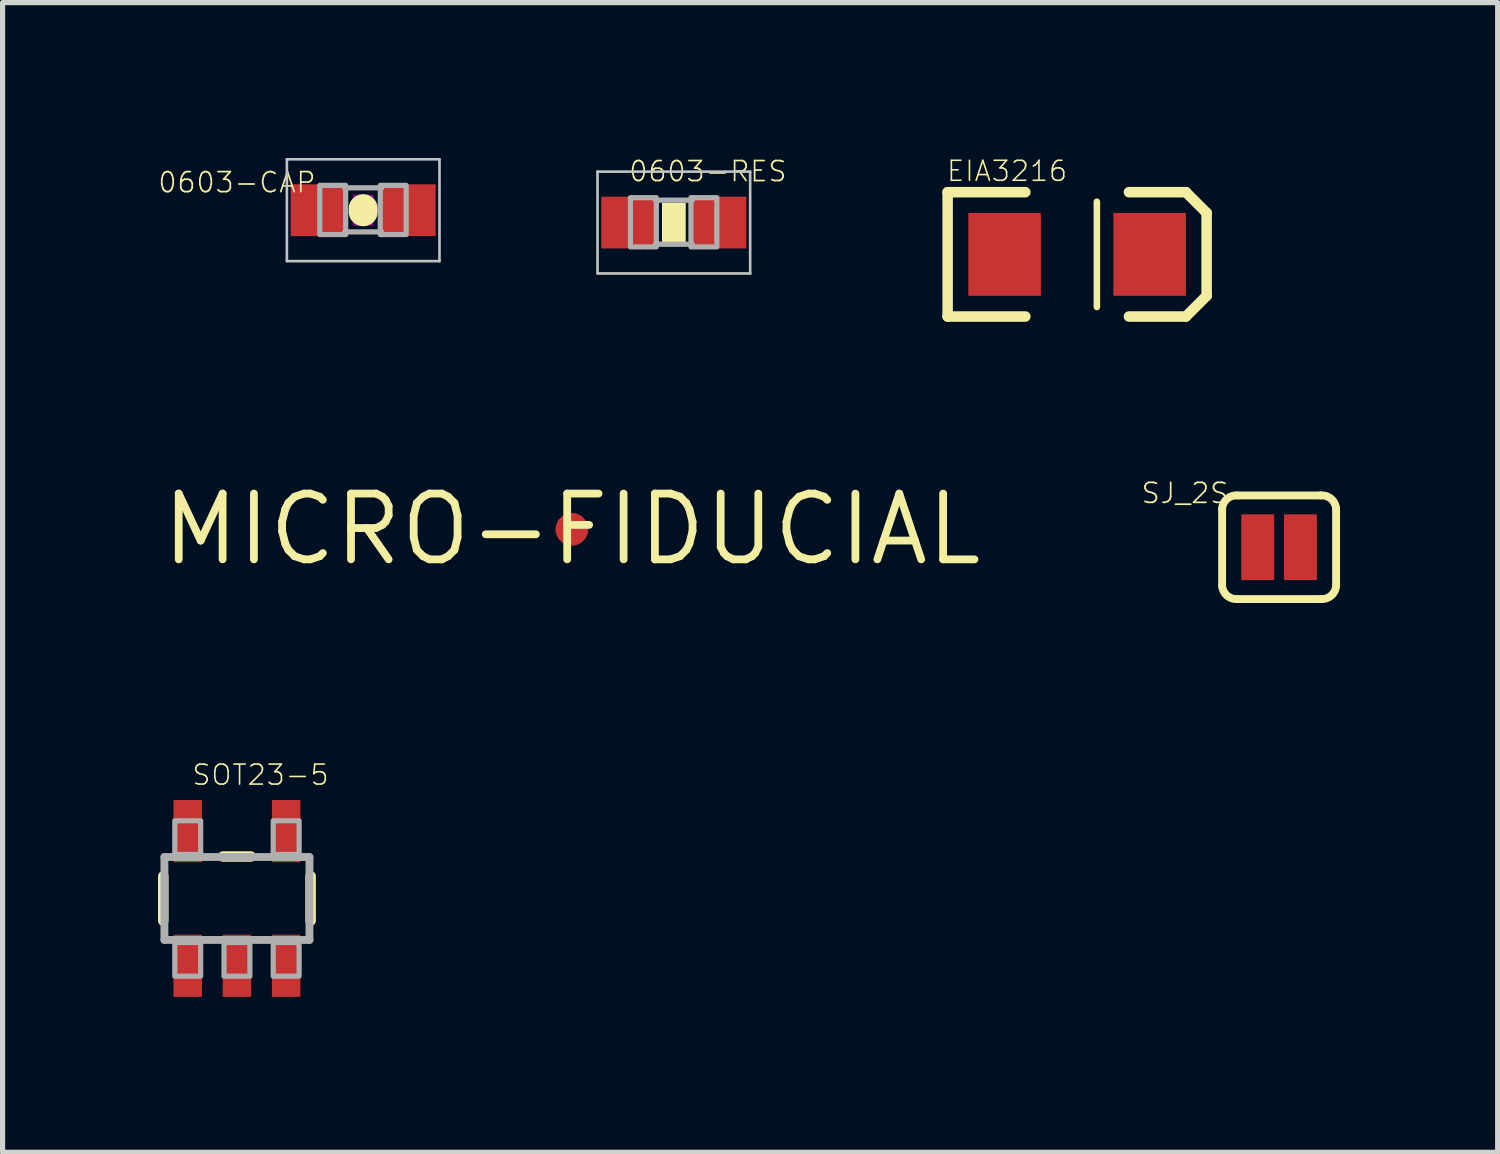
<source format=kicad_pcb>
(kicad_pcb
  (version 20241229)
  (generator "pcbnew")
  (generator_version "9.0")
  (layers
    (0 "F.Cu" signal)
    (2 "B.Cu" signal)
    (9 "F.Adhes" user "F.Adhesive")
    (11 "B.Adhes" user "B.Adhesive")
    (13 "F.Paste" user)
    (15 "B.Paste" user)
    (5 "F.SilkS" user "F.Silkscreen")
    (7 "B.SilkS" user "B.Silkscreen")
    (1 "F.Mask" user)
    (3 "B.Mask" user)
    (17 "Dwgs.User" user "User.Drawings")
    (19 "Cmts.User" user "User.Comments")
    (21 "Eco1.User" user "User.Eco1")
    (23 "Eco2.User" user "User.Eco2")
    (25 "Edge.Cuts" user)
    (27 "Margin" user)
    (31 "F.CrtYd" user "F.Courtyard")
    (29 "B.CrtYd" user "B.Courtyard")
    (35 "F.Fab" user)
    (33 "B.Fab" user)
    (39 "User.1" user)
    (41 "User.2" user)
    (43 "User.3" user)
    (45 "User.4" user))
  (footprint "0603-CAP"
    (layer "F.Cu")
    (at 3.961 1.008)
    (property "Reference" "0603-CAP" (at -0.889 -0.762 0) (layer "F.SilkS") (effects (font (size 0.386 0.386) (thickness 0.033)) (justify right top)))
    (attr through_hole)
    (fp_line (start 0 -0.03) (end 0 0.03) (stroke (width 0.559) (type solid)) (layer "F.SilkS"))
    (fp_poly (pts (xy -0.2 0.3) (xy 0.2 0.3) (xy 0.2 -0.3) (xy -0.2 -0.3)) (stroke (width 0) (type solid)) (fill yes) (layer "F.Adhes"))
    (fp_line (start -1.473 -0.983) (end 1.473 -0.983) (stroke (width 0.051) (type solid)) (layer "Dwgs.User"))
    (fp_line (start -1.473 0.983) (end -1.473 -0.983) (stroke (width 0.051) (type solid)) (layer "Dwgs.User"))
    (fp_line (start 1.473 -0.983) (end 1.473 0.983) (stroke (width 0.051) (type solid)) (layer "Dwgs.User"))
    (fp_line (start 1.473 0.983) (end -1.473 0.983) (stroke (width 0.051) (type solid)) (layer "Dwgs.User"))
    (fp_line (start -0.356 -0.432) (end 0.356 -0.432) (stroke (width 0.102) (type solid)) (layer "F.Fab"))
    (fp_line (start -0.356 0.419) (end 0.356 0.419) (stroke (width 0.102) (type solid)) (layer "F.Fab"))
    (fp_poly (pts (xy -0.838 0.47) (xy -0.338 0.47) (xy -0.338 -0.48) (xy -0.838 -0.48)) (stroke (width 0.1) (type solid)) (fill no) (layer "F.Fab"))
    (fp_poly (pts (xy 0.33 0.47) (xy 0.83 0.47) (xy 0.83 -0.48) (xy 0.33 -0.48)) (stroke (width 0.1) (type solid)) (fill no) (layer "F.Fab"))
    (pad "1" smd rect (at -0.85 0) (size 1.1 1) (layers "F.Cu" "F.Mask" "F.Paste"))
    (pad "2" smd rect (at 0.85 0) (size 1.1 1) (layers "F.Cu" "F.Mask" "F.Paste")))
  (footprint "SOT23-5"
    (layer "F.Cu")
    (at 1.524 14.294)
    (property "Reference" "SOT23-5" (at -0.889 -2.159 0) (layer "F.SilkS") (effects (font (size 0.386 0.386) (thickness 0.031)) (justify left bottom)))
    (attr through_hole)
    (fp_line (start -1.422 0.429) (end -1.422 -0.429) (stroke (width 0.203) (type solid)) (layer "F.SilkS"))
    (fp_line (start -0.268 -0.81) (end 0.268 -0.81) (stroke (width 0.203) (type solid)) (layer "F.SilkS"))
    (fp_line (start 1.422 -0.429) (end 1.422 0.429) (stroke (width 0.203) (type solid)) (layer "F.SilkS"))
    (fp_line (start -1.4 -0.8) (end -1.4 0.8) (stroke (width 0.152) (type solid)) (layer "F.Fab"))
    (fp_line (start -1.4 -0.8) (end 1.4 -0.8) (stroke (width 0.152) (type solid)) (layer "F.Fab"))
    (fp_line (start 1.4 -0.8) (end 1.4 0.8) (stroke (width 0.152) (type solid)) (layer "F.Fab"))
    (fp_line (start 1.4 0.8) (end -1.4 0.8) (stroke (width 0.152) (type solid)) (layer "F.Fab"))
    (fp_poly (pts (xy -1.2 -0.85) (xy -0.7 -0.85) (xy -0.7 -1.5) (xy -1.2 -1.5)) (stroke (width 0.1) (type solid)) (fill no) (layer "F.Fab"))
    (fp_poly (pts (xy -1.2 1.5) (xy -0.7 1.5) (xy -0.7 0.85) (xy -1.2 0.85)) (stroke (width 0.1) (type solid)) (fill no) (layer "F.Fab"))
    (fp_poly (pts (xy -0.25 1.5) (xy 0.25 1.5) (xy 0.25 0.85) (xy -0.25 0.85)) (stroke (width 0.1) (type solid)) (fill no) (layer "F.Fab"))
    (fp_poly (pts (xy 0.7 -0.85) (xy 1.2 -0.85) (xy 1.2 -1.5) (xy 0.7 -1.5)) (stroke (width 0.1) (type solid)) (fill no) (layer "F.Fab"))
    (fp_poly (pts (xy 0.7 1.5) (xy 1.2 1.5) (xy 1.2 0.85) (xy 0.7 0.85)) (stroke (width 0.1) (type solid)) (fill no) (layer "F.Fab"))
    (pad "1" smd rect (at -0.95 1.3) (size 0.55 1.2) (layers "F.Cu" "F.Mask" "F.Paste"))
    (pad "2" smd rect (at 0 1.3) (size 0.55 1.2) (layers "F.Cu" "F.Mask" "F.Paste"))
    (pad "3" smd rect (at 0.95 1.3) (size 0.55 1.2) (layers "F.Cu" "F.Mask" "F.Paste"))
    (pad "4" smd rect (at 0.95 -1.3) (size 0.55 1.2) (layers "F.Cu" "F.Mask" "F.Paste"))
    (pad "5" smd rect (at -0.95 -1.3) (size 0.55 1.2) (layers "F.Cu" "F.Mask" "F.Paste")))
  (footprint "0603-RES"
    (layer "F.Cu")
    (at 9.958 1.246)
    (property "Reference" "0603-RES" (at -0.889 -0.762 0) (layer "F.SilkS") (effects (font (size 0.386 0.386) (thickness 0.033)) (justify left bottom)))
    (attr through_hole)
    (fp_poly (pts (xy -0.229 0.381) (xy 0.229 0.381) (xy 0.229 -0.381) (xy -0.229 -0.381)) (stroke (width 0) (type solid)) (fill yes) (layer "F.SilkS"))
    (fp_poly (pts (xy -0.2 0.3) (xy 0.2 0.3) (xy 0.2 -0.3) (xy -0.2 -0.3)) (stroke (width 0) (type solid)) (fill yes) (layer "F.Adhes"))
    (fp_line (start -1.473 -0.983) (end 1.473 -0.983) (stroke (width 0.051) (type solid)) (layer "Dwgs.User"))
    (fp_line (start -1.473 0.983) (end -1.473 -0.983) (stroke (width 0.051) (type solid)) (layer "Dwgs.User"))
    (fp_line (start 1.473 -0.983) (end 1.473 0.983) (stroke (width 0.051) (type solid)) (layer "Dwgs.User"))
    (fp_line (start 1.473 0.983) (end -1.473 0.983) (stroke (width 0.051) (type solid)) (layer "Dwgs.User"))
    (fp_line (start -0.356 -0.432) (end 0.356 -0.432) (stroke (width 0.102) (type solid)) (layer "F.Fab"))
    (fp_line (start -0.356 0.419) (end 0.356 0.419) (stroke (width 0.102) (type solid)) (layer "F.Fab"))
    (fp_poly (pts (xy -0.838 0.47) (xy -0.338 0.47) (xy -0.338 -0.48) (xy -0.838 -0.48)) (stroke (width 0.1) (type solid)) (fill no) (layer "F.Fab"))
    (fp_poly (pts (xy 0.33 0.47) (xy 0.83 0.47) (xy 0.83 -0.48) (xy 0.33 -0.48)) (stroke (width 0.1) (type solid)) (fill no) (layer "F.Fab"))
    (pad "1" smd rect (at -0.85 0) (size 1.1 1) (layers "F.Cu" "F.Mask" "F.Paste"))
    (pad "2" smd rect (at 0.85 0) (size 1.1 1) (layers "F.Cu" "F.Mask" "F.Paste")))
  (footprint "MICRO-FIDUCIAL"
    (layer "F.Cu")
    (at 7.99 7.168)
    (property "Reference" "MICRO-FIDUCIAL" (at 0 0 0) (layer "F.SilkS") (effects (font (size 1.27 1.27) (thickness 0.15))))
    (attr through_hole)
    (pad "1" smd roundrect (at 0 0) (size 0.635 0.635) (layers "F.Cu" "F.Mask") (roundrect_rratio 0.5)))
  (footprint "EIA3216"
    (layer "F.Cu")
    (at 17.743 1.86)
    (property "Reference" "EIA3216" (at -2.54 -1.381 0) (layer "F.SilkS") (effects (font (size 0.386 0.386) (thickness 0.031)) (justify left bottom)))
    (attr through_hole)
    (fp_line (start -2.5 -1.2) (end -1 -1.2) (stroke (width 0.203) (type solid)) (layer "F.SilkS"))
    (fp_line (start -2.5 1.2) (end -2.5 -1.2) (stroke (width 0.203) (type solid)) (layer "F.SilkS"))
    (fp_line (start -1 1.2) (end -2.5 1.2) (stroke (width 0.203) (type solid)) (layer "F.SilkS"))
    (fp_line (start 0.381 -1.016) (end 0.381 1.016) (stroke (width 0.127) (type solid)) (layer "F.SilkS"))
    (fp_line (start 1 1.2) (end 2.1 1.2) (stroke (width 0.203) (type solid)) (layer "F.SilkS"))
    (fp_line (start 2.1 -1.2) (end 1 -1.2) (stroke (width 0.203) (type solid)) (layer "F.SilkS"))
    (fp_line (start 2.1 1.2) (end 2.5 0.8) (stroke (width 0.203) (type solid)) (layer "F.SilkS"))
    (fp_line (start 2.5 -0.8) (end 2.1 -1.2) (stroke (width 0.203) (type solid)) (layer "F.SilkS"))
    (fp_line (start 2.5 0.8) (end 2.5 -0.8) (stroke (width 0.203) (type solid)) (layer "F.SilkS"))
    (pad "A" smd rect (at 1.4 0 90) (size 1.6 1.4) (layers "F.Cu" "F.Mask" "F.Paste"))
    (pad "C" smd rect (at -1.4 0 90) (size 1.6 1.4) (layers "F.Cu" "F.Mask" "F.Paste")))
  (footprint "SJ_2S"
    (layer "F.Cu")
    (at 21.642 7.514)
    (property "Reference" "SJ_2S" (at -0.95 -1.27 0) (layer "F.SilkS") (effects (font (size 0.386 0.386) (thickness 0.033)) (justify right top)))
    (attr through_hole)
    (fp_line (start -1.1 0.75) (end -1.1 -0.75) (stroke (width 0.152) (type solid)) (layer "F.SilkS"))
    (fp_line (start -0.8 -1) (end 0.8 -1) (stroke (width 0.152) (type solid)) (layer "F.SilkS"))
    (fp_line (start 0.8 1) (end -0.8 1) (stroke (width 0.152) (type solid)) (layer "F.SilkS"))
    (fp_line (start 1.1 0.75) (end 1.1 -0.75) (stroke (width 0.152) (type solid)) (layer "F.SilkS"))
    (fp_arc (start -1.1 -0.75) (mid -1.001777 -0.937132) (end -0.8 -1) (stroke (width 0.1524) (type solid)) (layer "F.SilkS"))
    (fp_arc (start -0.799998 1) (mid -1.001849 0.93722) (end -1.1 0.75) (stroke (width 0.1524) (type solid)) (layer "F.SilkS"))
    (fp_arc (start 0.8 -1) (mid 1.001777 -0.937132) (end 1.1 -0.75) (stroke (width 0.1524) (type solid)) (layer "F.SilkS"))
    (fp_arc (start 1.1 0.75) (mid 1.001777 0.937132) (end 0.8 1) (stroke (width 0.1524) (type solid)) (layer "F.SilkS"))
    (fp_poly (pts (xy -1.219 1.143) (xy 1.219 1.143) (xy 1.219 -1.143) (xy -1.219 -1.143)) (stroke (width 0) (type solid)) (fill yes) (layer "F.Paste"))
    (pad "1" smd rect (at -0.412 0) (size 0.635 1.27) (layers "F.Cu" "F.Mask" "F.Paste"))
    (pad "2" smd rect (at 0.412 0) (size 0.635 1.27) (layers "F.Cu" "F.Mask" "F.Paste")))
  (gr_rect
    (start -3 -3)
    (end 25.861 19.194)
    (stroke (width 0.1) (type default))
    (fill no)
    (layer "Edge.Cuts")))
</source>
